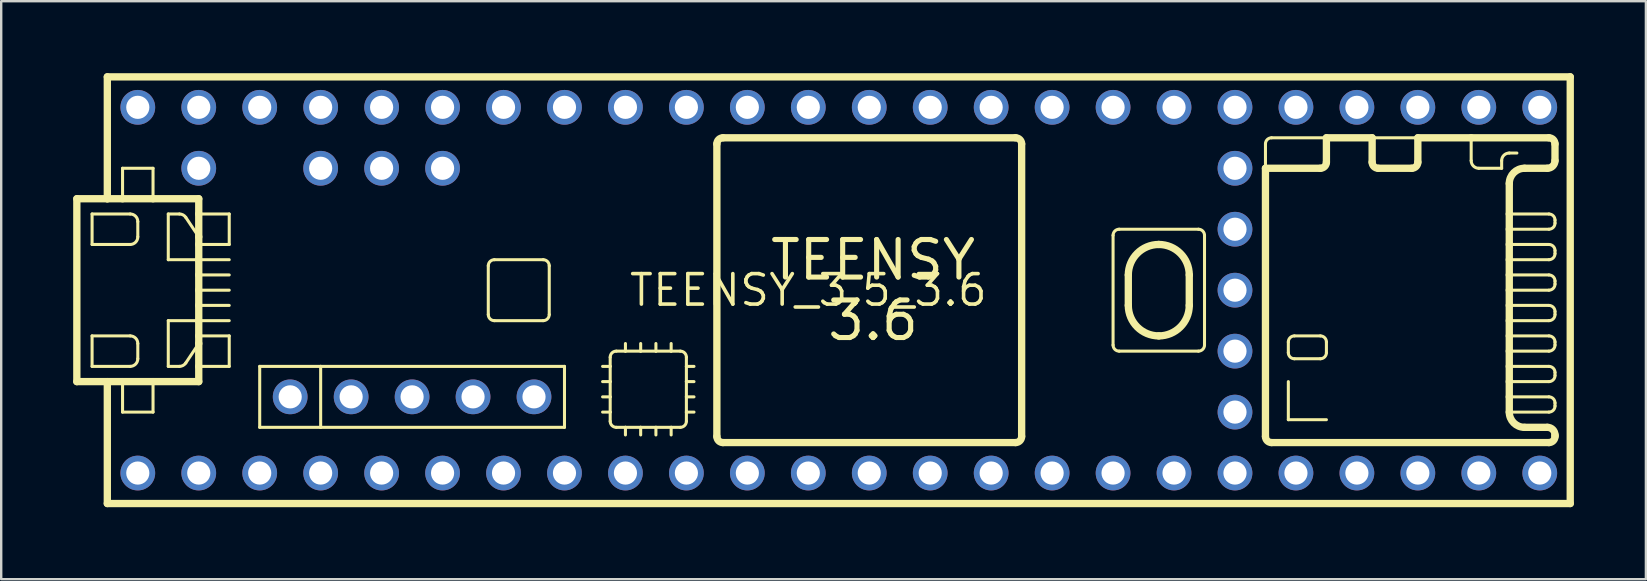
<source format=kicad_pcb>
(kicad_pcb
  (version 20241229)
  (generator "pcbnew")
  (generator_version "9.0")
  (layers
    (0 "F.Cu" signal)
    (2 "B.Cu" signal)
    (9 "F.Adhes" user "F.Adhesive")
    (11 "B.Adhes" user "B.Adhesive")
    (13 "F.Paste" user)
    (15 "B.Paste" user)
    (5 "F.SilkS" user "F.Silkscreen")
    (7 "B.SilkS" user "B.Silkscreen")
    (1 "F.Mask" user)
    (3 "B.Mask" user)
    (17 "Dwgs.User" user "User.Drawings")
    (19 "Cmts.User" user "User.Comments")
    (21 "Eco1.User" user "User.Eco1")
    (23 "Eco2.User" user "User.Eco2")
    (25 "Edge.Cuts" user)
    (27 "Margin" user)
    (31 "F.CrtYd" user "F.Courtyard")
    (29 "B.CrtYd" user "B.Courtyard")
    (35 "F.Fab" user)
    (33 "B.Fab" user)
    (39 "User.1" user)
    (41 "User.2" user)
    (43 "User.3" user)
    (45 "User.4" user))
  (footprint "TEENSY_3.5_3.6"
    (layer "F.Cu")
    (at 30.632 9.042)
    (property "Reference" "TEENSY_3.5_3.6" (at 0 0 0) (layer "F.SilkS") (effects (font (size 1.27 1.27) (thickness 0.15))))
    (fp_line (start -30.48 -3.81) (end -30.48 3.81) (stroke (width 0.305) (type solid)) (layer "F.SilkS"))
    (fp_line (start -30.48 3.81) (end -29.21 3.81) (stroke (width 0.305) (type solid)) (layer "F.SilkS"))
    (fp_line (start -29.845 -3.175) (end -29.845 -1.905) (stroke (width 0.127) (type solid)) (layer "F.SilkS"))
    (fp_line (start -29.845 -3.175) (end -28.258 -3.175) (stroke (width 0.127) (type solid)) (layer "F.SilkS"))
    (fp_line (start -29.845 1.905) (end -29.845 3.175) (stroke (width 0.127) (type solid)) (layer "F.SilkS"))
    (fp_line (start -29.845 3.175) (end -28.258 3.175) (stroke (width 0.127) (type solid)) (layer "F.SilkS"))
    (fp_line (start -29.21 -8.89) (end -29.21 -3.81) (stroke (width 0.305) (type solid)) (layer "F.SilkS"))
    (fp_line (start -29.21 -8.89) (end 31.75 -8.89) (stroke (width 0.305) (type solid)) (layer "F.SilkS"))
    (fp_line (start -29.21 -3.81) (end -30.48 -3.81) (stroke (width 0.305) (type solid)) (layer "F.SilkS"))
    (fp_line (start -29.21 3.81) (end -28.575 3.81) (stroke (width 0.305) (type solid)) (layer "F.SilkS"))
    (fp_line (start -29.21 8.89) (end -29.21 3.81) (stroke (width 0.305) (type solid)) (layer "F.SilkS"))
    (fp_line (start -28.575 -5.08) (end -27.305 -5.08) (stroke (width 0.127) (type solid)) (layer "F.SilkS"))
    (fp_line (start -28.575 -3.81) (end -29.21 -3.81) (stroke (width 0.305) (type solid)) (layer "F.SilkS"))
    (fp_line (start -28.575 -3.81) (end -28.575 -5.08) (stroke (width 0.127) (type solid)) (layer "F.SilkS"))
    (fp_line (start -28.575 3.81) (end -28.575 5.08) (stroke (width 0.127) (type solid)) (layer "F.SilkS"))
    (fp_line (start -28.575 3.81) (end -27.305 3.81) (stroke (width 0.305) (type solid)) (layer "F.SilkS"))
    (fp_line (start -28.575 5.08) (end -27.305 5.08) (stroke (width 0.127) (type solid)) (layer "F.SilkS"))
    (fp_line (start -28.258 -1.905) (end -29.845 -1.905) (stroke (width 0.127) (type solid)) (layer "F.SilkS"))
    (fp_line (start -28.258 1.905) (end -29.845 1.905) (stroke (width 0.127) (type solid)) (layer "F.SilkS"))
    (fp_line (start -27.94 -2.857) (end -27.94 -2.223) (stroke (width 0.127) (type solid)) (layer "F.SilkS"))
    (fp_line (start -27.94 2.857) (end -27.94 2.223) (stroke (width 0.127) (type solid)) (layer "F.SilkS"))
    (fp_line (start -27.305 -5.08) (end -27.305 -3.81) (stroke (width 0.127) (type solid)) (layer "F.SilkS"))
    (fp_line (start -27.305 -3.81) (end -28.575 -3.81) (stroke (width 0.305) (type solid)) (layer "F.SilkS"))
    (fp_line (start -27.305 3.81) (end -25.4 3.81) (stroke (width 0.305) (type solid)) (layer "F.SilkS"))
    (fp_line (start -27.305 5.08) (end -27.305 3.81) (stroke (width 0.127) (type solid)) (layer "F.SilkS"))
    (fp_line (start -26.67 -3.175) (end -26.205 -3.175) (stroke (width 0.127) (type solid)) (layer "F.SilkS"))
    (fp_line (start -26.67 -1.27) (end -26.67 -3.175) (stroke (width 0.127) (type solid)) (layer "F.SilkS"))
    (fp_line (start -26.67 1.27) (end -26.67 3.175) (stroke (width 0.127) (type solid)) (layer "F.SilkS"))
    (fp_line (start -26.67 3.175) (end -26.205 3.175) (stroke (width 0.127) (type solid)) (layer "F.SilkS"))
    (fp_line (start -25.941 -3.034) (end -25.4 -2.223) (stroke (width 0.127) (type solid)) (layer "F.SilkS"))
    (fp_line (start -25.941 3.034) (end -25.4 2.223) (stroke (width 0.127) (type solid)) (layer "F.SilkS"))
    (fp_line (start -25.4 -3.81) (end -27.305 -3.81) (stroke (width 0.305) (type solid)) (layer "F.SilkS"))
    (fp_line (start -25.4 -3.175) (end -25.4 -3.81) (stroke (width 0.305) (type solid)) (layer "F.SilkS"))
    (fp_line (start -25.4 -2.223) (end -25.4 -3.175) (stroke (width 0.305) (type solid)) (layer "F.SilkS"))
    (fp_line (start -25.4 -1.905) (end -25.4 -2.223) (stroke (width 0.305) (type solid)) (layer "F.SilkS"))
    (fp_line (start -25.4 -1.905) (end -24.13 -1.905) (stroke (width 0.127) (type solid)) (layer "F.SilkS"))
    (fp_line (start -25.4 -1.27) (end -26.67 -1.27) (stroke (width 0.127) (type solid)) (layer "F.SilkS"))
    (fp_line (start -25.4 -1.27) (end -25.4 -1.905) (stroke (width 0.305) (type solid)) (layer "F.SilkS"))
    (fp_line (start -25.4 -1.27) (end -24.13 -1.27) (stroke (width 0.127) (type solid)) (layer "F.SilkS"))
    (fp_line (start -25.4 -0.635) (end -25.4 -1.27) (stroke (width 0.305) (type solid)) (layer "F.SilkS"))
    (fp_line (start -25.4 -0.635) (end -24.13 -0.635) (stroke (width 0.127) (type solid)) (layer "F.SilkS"))
    (fp_line (start -25.4 0) (end -25.4 -0.635) (stroke (width 0.305) (type solid)) (layer "F.SilkS"))
    (fp_line (start -25.4 0) (end -24.13 0) (stroke (width 0.127) (type solid)) (layer "F.SilkS"))
    (fp_line (start -25.4 0.635) (end -25.4 0) (stroke (width 0.305) (type solid)) (layer "F.SilkS"))
    (fp_line (start -25.4 0.635) (end -24.13 0.635) (stroke (width 0.127) (type solid)) (layer "F.SilkS"))
    (fp_line (start -25.4 1.27) (end -26.67 1.27) (stroke (width 0.127) (type solid)) (layer "F.SilkS"))
    (fp_line (start -25.4 1.27) (end -25.4 0.635) (stroke (width 0.305) (type solid)) (layer "F.SilkS"))
    (fp_line (start -25.4 1.27) (end -24.13 1.27) (stroke (width 0.127) (type solid)) (layer "F.SilkS"))
    (fp_line (start -25.4 1.905) (end -25.4 1.27) (stroke (width 0.305) (type solid)) (layer "F.SilkS"))
    (fp_line (start -25.4 1.905) (end -24.13 1.905) (stroke (width 0.127) (type solid)) (layer "F.SilkS"))
    (fp_line (start -25.4 2.223) (end -25.4 1.905) (stroke (width 0.305) (type solid)) (layer "F.SilkS"))
    (fp_line (start -25.4 3.175) (end -25.4 2.223) (stroke (width 0.305) (type solid)) (layer "F.SilkS"))
    (fp_line (start -25.4 3.81) (end -25.4 3.175) (stroke (width 0.305) (type solid)) (layer "F.SilkS"))
    (fp_line (start -24.13 -3.175) (end -25.4 -3.175) (stroke (width 0.127) (type solid)) (layer "F.SilkS"))
    (fp_line (start -24.13 -1.905) (end -24.13 -3.175) (stroke (width 0.127) (type solid)) (layer "F.SilkS"))
    (fp_line (start -24.13 1.905) (end -24.13 3.175) (stroke (width 0.127) (type solid)) (layer "F.SilkS"))
    (fp_line (start -24.13 3.175) (end -25.4 3.175) (stroke (width 0.127) (type solid)) (layer "F.SilkS"))
    (fp_line (start -22.86 3.175) (end -20.32 3.175) (stroke (width 0.127) (type solid)) (layer "F.SilkS"))
    (fp_line (start -22.86 5.715) (end -22.86 3.175) (stroke (width 0.127) (type solid)) (layer "F.SilkS"))
    (fp_line (start -20.32 3.175) (end -20.32 5.715) (stroke (width 0.127) (type solid)) (layer "F.SilkS"))
    (fp_line (start -20.32 3.175) (end -10.16 3.175) (stroke (width 0.127) (type solid)) (layer "F.SilkS"))
    (fp_line (start -20.32 5.715) (end -22.86 5.715) (stroke (width 0.127) (type solid)) (layer "F.SilkS"))
    (fp_line (start -13.335 -1.016) (end -13.335 1.016) (stroke (width 0.127) (type solid)) (layer "F.SilkS"))
    (fp_line (start -13.081 1.27) (end -11.049 1.27) (stroke (width 0.127) (type solid)) (layer "F.SilkS"))
    (fp_line (start -11.049 -1.27) (end -13.081 -1.27) (stroke (width 0.127) (type solid)) (layer "F.SilkS"))
    (fp_line (start -10.795 1.016) (end -10.795 -1.016) (stroke (width 0.127) (type solid)) (layer "F.SilkS"))
    (fp_line (start -10.16 3.175) (end -10.16 5.715) (stroke (width 0.127) (type solid)) (layer "F.SilkS"))
    (fp_line (start -10.16 5.715) (end -20.32 5.715) (stroke (width 0.127) (type solid)) (layer "F.SilkS"))
    (fp_line (start -8.255 2.794) (end -8.255 3.175) (stroke (width 0.127) (type solid)) (layer "F.SilkS"))
    (fp_line (start -8.255 3.175) (end -8.572 3.175) (stroke (width 0.127) (type solid)) (layer "F.SilkS"))
    (fp_line (start -8.255 3.175) (end -8.255 3.81) (stroke (width 0.127) (type solid)) (layer "F.SilkS"))
    (fp_line (start -8.255 3.81) (end -8.572 3.81) (stroke (width 0.127) (type solid)) (layer "F.SilkS"))
    (fp_line (start -8.255 3.81) (end -8.255 4.445) (stroke (width 0.127) (type solid)) (layer "F.SilkS"))
    (fp_line (start -8.255 4.445) (end -8.572 4.445) (stroke (width 0.127) (type solid)) (layer "F.SilkS"))
    (fp_line (start -8.255 4.445) (end -8.255 5.08) (stroke (width 0.127) (type solid)) (layer "F.SilkS"))
    (fp_line (start -8.255 5.08) (end -8.572 5.08) (stroke (width 0.127) (type solid)) (layer "F.SilkS"))
    (fp_line (start -8.255 5.08) (end -8.255 5.461) (stroke (width 0.127) (type solid)) (layer "F.SilkS"))
    (fp_line (start -8.001 5.715) (end -7.62 5.715) (stroke (width 0.127) (type solid)) (layer "F.SilkS"))
    (fp_line (start -7.62 2.54) (end -8.001 2.54) (stroke (width 0.127) (type solid)) (layer "F.SilkS"))
    (fp_line (start -7.62 2.54) (end -7.62 2.223) (stroke (width 0.127) (type solid)) (layer "F.SilkS"))
    (fp_line (start -7.62 5.715) (end -7.62 6.032) (stroke (width 0.127) (type solid)) (layer "F.SilkS"))
    (fp_line (start -7.62 5.715) (end -6.985 5.715) (stroke (width 0.127) (type solid)) (layer "F.SilkS"))
    (fp_line (start -6.985 2.54) (end -7.62 2.54) (stroke (width 0.127) (type solid)) (layer "F.SilkS"))
    (fp_line (start -6.985 2.54) (end -6.985 2.223) (stroke (width 0.127) (type solid)) (layer "F.SilkS"))
    (fp_line (start -6.985 5.715) (end -6.985 6.032) (stroke (width 0.127) (type solid)) (layer "F.SilkS"))
    (fp_line (start -6.985 5.715) (end -6.35 5.715) (stroke (width 0.127) (type solid)) (layer "F.SilkS"))
    (fp_line (start -6.35 2.54) (end -6.985 2.54) (stroke (width 0.127) (type solid)) (layer "F.SilkS"))
    (fp_line (start -6.35 2.54) (end -6.35 2.223) (stroke (width 0.127) (type solid)) (layer "F.SilkS"))
    (fp_line (start -6.35 5.715) (end -6.35 6.032) (stroke (width 0.127) (type solid)) (layer "F.SilkS"))
    (fp_line (start -6.35 5.715) (end -5.715 5.715) (stroke (width 0.127) (type solid)) (layer "F.SilkS"))
    (fp_line (start -5.715 2.54) (end -6.35 2.54) (stroke (width 0.127) (type solid)) (layer "F.SilkS"))
    (fp_line (start -5.715 2.54) (end -5.715 2.223) (stroke (width 0.127) (type solid)) (layer "F.SilkS"))
    (fp_line (start -5.715 5.715) (end -5.715 6.032) (stroke (width 0.127) (type solid)) (layer "F.SilkS"))
    (fp_line (start -5.715 5.715) (end -5.334 5.715) (stroke (width 0.127) (type solid)) (layer "F.SilkS"))
    (fp_line (start -5.334 2.54) (end -5.715 2.54) (stroke (width 0.127) (type solid)) (layer "F.SilkS"))
    (fp_line (start -5.08 3.175) (end -5.08 2.794) (stroke (width 0.127) (type solid)) (layer "F.SilkS"))
    (fp_line (start -5.08 3.175) (end -4.763 3.175) (stroke (width 0.127) (type solid)) (layer "F.SilkS"))
    (fp_line (start -5.08 3.81) (end -5.08 3.175) (stroke (width 0.127) (type solid)) (layer "F.SilkS"))
    (fp_line (start -5.08 3.81) (end -4.763 3.81) (stroke (width 0.127) (type solid)) (layer "F.SilkS"))
    (fp_line (start -5.08 4.445) (end -5.08 3.81) (stroke (width 0.127) (type solid)) (layer "F.SilkS"))
    (fp_line (start -5.08 4.445) (end -4.763 4.445) (stroke (width 0.127) (type solid)) (layer "F.SilkS"))
    (fp_line (start -5.08 5.08) (end -5.08 4.445) (stroke (width 0.127) (type solid)) (layer "F.SilkS"))
    (fp_line (start -5.08 5.08) (end -4.763 5.08) (stroke (width 0.127) (type solid)) (layer "F.SilkS"))
    (fp_line (start -5.08 5.461) (end -5.08 5.08) (stroke (width 0.127) (type solid)) (layer "F.SilkS"))
    (fp_line (start -3.81 6.096) (end -3.81 -6.096) (stroke (width 0.305) (type solid)) (layer "F.SilkS"))
    (fp_line (start -3.556 -6.35) (end 8.636 -6.35) (stroke (width 0.305) (type solid)) (layer "F.SilkS"))
    (fp_line (start 8.636 6.35) (end -3.556 6.35) (stroke (width 0.305) (type solid)) (layer "F.SilkS"))
    (fp_line (start 8.89 -6.096) (end 8.89 6.096) (stroke (width 0.305) (type solid)) (layer "F.SilkS"))
    (fp_line (start 12.7 -2.286) (end 12.7 2.286) (stroke (width 0.127) (type solid)) (layer "F.SilkS"))
    (fp_line (start 12.954 2.54) (end 16.256 2.54) (stroke (width 0.127) (type solid)) (layer "F.SilkS"))
    (fp_line (start 13.335 0.635) (end 13.335 -0.635) (stroke (width 0.305) (type solid)) (layer "F.SilkS"))
    (fp_line (start 15.875 -0.635) (end 15.875 0.635) (stroke (width 0.305) (type solid)) (layer "F.SilkS"))
    (fp_line (start 16.256 -2.54) (end 12.954 -2.54) (stroke (width 0.127) (type solid)) (layer "F.SilkS"))
    (fp_line (start 16.51 2.286) (end 16.51 -2.286) (stroke (width 0.127) (type solid)) (layer "F.SilkS"))
    (fp_line (start 19.05 -5.08) (end 19.05 -6.096) (stroke (width 0.127) (type solid)) (layer "F.SilkS"))
    (fp_line (start 19.05 -5.08) (end 21.336 -5.08) (stroke (width 0.305) (type solid)) (layer "F.SilkS"))
    (fp_line (start 19.05 6.096) (end 19.05 -5.08) (stroke (width 0.305) (type solid)) (layer "F.SilkS"))
    (fp_line (start 19.304 -6.35) (end 21.59 -6.35) (stroke (width 0.127) (type solid)) (layer "F.SilkS"))
    (fp_line (start 20.003 2.159) (end 20.003 2.603) (stroke (width 0.127) (type solid)) (layer "F.SilkS"))
    (fp_line (start 20.003 3.81) (end 20.003 5.397) (stroke (width 0.127) (type solid)) (layer "F.SilkS"))
    (fp_line (start 20.003 5.397) (end 21.59 5.397) (stroke (width 0.127) (type solid)) (layer "F.SilkS"))
    (fp_line (start 20.256 2.857) (end 21.336 2.857) (stroke (width 0.127) (type solid)) (layer "F.SilkS"))
    (fp_line (start 21.336 1.905) (end 20.256 1.905) (stroke (width 0.127) (type solid)) (layer "F.SilkS"))
    (fp_line (start 21.59 -6.35) (end 23.495 -6.35) (stroke (width 0.305) (type solid)) (layer "F.SilkS"))
    (fp_line (start 21.59 -5.334) (end 21.59 -6.35) (stroke (width 0.305) (type solid)) (layer "F.SilkS"))
    (fp_line (start 21.59 2.603) (end 21.59 2.159) (stroke (width 0.127) (type solid)) (layer "F.SilkS"))
    (fp_line (start 23.495 -6.35) (end 23.495 -5.334) (stroke (width 0.305) (type solid)) (layer "F.SilkS"))
    (fp_line (start 23.495 -6.35) (end 25.4 -6.35) (stroke (width 0.127) (type solid)) (layer "F.SilkS"))
    (fp_line (start 23.749 -5.08) (end 25.146 -5.08) (stroke (width 0.305) (type solid)) (layer "F.SilkS"))
    (fp_line (start 25.4 -6.35) (end 27.622 -6.35) (stroke (width 0.305) (type solid)) (layer "F.SilkS"))
    (fp_line (start 25.4 -5.334) (end 25.4 -6.35) (stroke (width 0.305) (type solid)) (layer "F.SilkS"))
    (fp_line (start 27.622 -6.35) (end 27.622 -5.397) (stroke (width 0.127) (type solid)) (layer "F.SilkS"))
    (fp_line (start 27.622 -6.35) (end 30.861 -6.35) (stroke (width 0.305) (type solid)) (layer "F.SilkS"))
    (fp_line (start 27.94 -5.08) (end 28.892 -5.08) (stroke (width 0.127) (type solid)) (layer "F.SilkS"))
    (fp_line (start 28.892 -5.08) (end 28.892 -5.397) (stroke (width 0.127) (type solid)) (layer "F.SilkS"))
    (fp_line (start 29.21 -5.715) (end 29.527 -5.715) (stroke (width 0.127) (type solid)) (layer "F.SilkS"))
    (fp_line (start 29.21 -4.445) (end 29.21 -3.175) (stroke (width 0.305) (type solid)) (layer "F.SilkS"))
    (fp_line (start 29.21 -3.175) (end 29.21 -2.54) (stroke (width 0.305) (type solid)) (layer "F.SilkS"))
    (fp_line (start 29.21 -3.175) (end 30.861 -3.175) (stroke (width 0.127) (type solid)) (layer "F.SilkS"))
    (fp_line (start 29.21 -2.54) (end 29.21 -1.905) (stroke (width 0.305) (type solid)) (layer "F.SilkS"))
    (fp_line (start 29.21 -1.905) (end 29.21 -1.27) (stroke (width 0.305) (type solid)) (layer "F.SilkS"))
    (fp_line (start 29.21 -1.905) (end 30.861 -1.905) (stroke (width 0.127) (type solid)) (layer "F.SilkS"))
    (fp_line (start 29.21 -1.27) (end 29.21 -0.635) (stroke (width 0.305) (type solid)) (layer "F.SilkS"))
    (fp_line (start 29.21 -0.635) (end 29.21 0) (stroke (width 0.305) (type solid)) (layer "F.SilkS"))
    (fp_line (start 29.21 -0.635) (end 30.861 -0.635) (stroke (width 0.127) (type solid)) (layer "F.SilkS"))
    (fp_line (start 29.21 0) (end 29.21 0.635) (stroke (width 0.305) (type solid)) (layer "F.SilkS"))
    (fp_line (start 29.21 0.635) (end 29.21 1.27) (stroke (width 0.305) (type solid)) (layer "F.SilkS"))
    (fp_line (start 29.21 0.635) (end 30.861 0.635) (stroke (width 0.127) (type solid)) (layer "F.SilkS"))
    (fp_line (start 29.21 1.27) (end 29.21 1.905) (stroke (width 0.305) (type solid)) (layer "F.SilkS"))
    (fp_line (start 29.21 1.905) (end 29.21 2.54) (stroke (width 0.305) (type solid)) (layer "F.SilkS"))
    (fp_line (start 29.21 1.905) (end 30.861 1.905) (stroke (width 0.127) (type solid)) (layer "F.SilkS"))
    (fp_line (start 29.21 2.54) (end 29.21 3.175) (stroke (width 0.305) (type solid)) (layer "F.SilkS"))
    (fp_line (start 29.21 3.175) (end 29.21 3.81) (stroke (width 0.305) (type solid)) (layer "F.SilkS"))
    (fp_line (start 29.21 3.175) (end 30.861 3.175) (stroke (width 0.127) (type solid)) (layer "F.SilkS"))
    (fp_line (start 29.21 3.81) (end 29.21 4.445) (stroke (width 0.305) (type solid)) (layer "F.SilkS"))
    (fp_line (start 29.21 4.445) (end 29.21 5.08) (stroke (width 0.305) (type solid)) (layer "F.SilkS"))
    (fp_line (start 29.21 4.445) (end 30.861 4.445) (stroke (width 0.127) (type solid)) (layer "F.SilkS"))
    (fp_line (start 29.845 5.715) (end 30.797 5.715) (stroke (width 0.305) (type solid)) (layer "F.SilkS"))
    (fp_line (start 30.797 -5.08) (end 29.845 -5.08) (stroke (width 0.305) (type solid)) (layer "F.SilkS"))
    (fp_line (start 30.861 -2.54) (end 29.21 -2.54) (stroke (width 0.127) (type solid)) (layer "F.SilkS"))
    (fp_line (start 30.861 -1.27) (end 29.21 -1.27) (stroke (width 0.127) (type solid)) (layer "F.SilkS"))
    (fp_line (start 30.861 0) (end 29.21 0) (stroke (width 0.127) (type solid)) (layer "F.SilkS"))
    (fp_line (start 30.861 1.27) (end 29.21 1.27) (stroke (width 0.127) (type solid)) (layer "F.SilkS"))
    (fp_line (start 30.861 2.54) (end 29.21 2.54) (stroke (width 0.127) (type solid)) (layer "F.SilkS"))
    (fp_line (start 30.861 3.81) (end 29.21 3.81) (stroke (width 0.127) (type solid)) (layer "F.SilkS"))
    (fp_line (start 30.861 5.08) (end 29.21 5.08) (stroke (width 0.127) (type solid)) (layer "F.SilkS"))
    (fp_line (start 30.861 6.35) (end 19.304 6.35) (stroke (width 0.305) (type solid)) (layer "F.SilkS"))
    (fp_line (start 31.115 -6.096) (end 31.115 -5.397) (stroke (width 0.305) (type solid)) (layer "F.SilkS"))
    (fp_line (start 31.115 -2.921) (end 31.115 -2.794) (stroke (width 0.127) (type solid)) (layer "F.SilkS"))
    (fp_line (start 31.115 -1.651) (end 31.115 -1.524) (stroke (width 0.127) (type solid)) (layer "F.SilkS"))
    (fp_line (start 31.115 -0.381) (end 31.115 -0.254) (stroke (width 0.127) (type solid)) (layer "F.SilkS"))
    (fp_line (start 31.115 0.889) (end 31.115 1.016) (stroke (width 0.127) (type solid)) (layer "F.SilkS"))
    (fp_line (start 31.115 2.159) (end 31.115 2.286) (stroke (width 0.127) (type solid)) (layer "F.SilkS"))
    (fp_line (start 31.115 3.429) (end 31.115 3.556) (stroke (width 0.127) (type solid)) (layer "F.SilkS"))
    (fp_line (start 31.115 4.699) (end 31.115 4.826) (stroke (width 0.127) (type solid)) (layer "F.SilkS"))
    (fp_line (start 31.115 6.032) (end 31.115 6.096) (stroke (width 0.305) (type solid)) (layer "F.SilkS"))
    (fp_line (start 31.75 -8.89) (end 31.75 8.89) (stroke (width 0.305) (type solid)) (layer "F.SilkS"))
    (fp_line (start 31.75 8.89) (end -29.21 8.89) (stroke (width 0.305) (type solid)) (layer "F.SilkS"))
    (fp_arc (start -28.2575 -3.175) (mid -28.032994 -3.082006) (end -27.94 -2.8575) (stroke (width 0.127) (type solid)) (layer "F.SilkS"))
    (fp_arc (start -28.2575 1.905) (mid -28.032994 1.997994) (end -27.94 2.2225) (stroke (width 0.127) (type solid)) (layer "F.SilkS"))
    (fp_arc (start -27.94 -2.2225) (mid -28.032994 -1.997994) (end -28.2575 -1.905) (stroke (width 0.127) (type solid)) (layer "F.SilkS"))
    (fp_arc (start -27.94 2.8575) (mid -28.032994 3.082006) (end -28.2575 3.175) (stroke (width 0.127) (type solid)) (layer "F.SilkS"))
    (fp_arc (start -26.204921 -3.175) (mid -26.055104 -3.137431) (end -25.940741 -3.033615) (stroke (width 0.127) (type solid)) (layer "F.SilkS"))
    (fp_arc (start -25.940741 3.033615) (mid -26.055104 3.137432) (end -26.204921 3.175) (stroke (width 0.127) (type solid)) (layer "F.SilkS"))
    (fp_arc (start -13.335 -1.016) (mid -13.260605 -1.195605) (end -13.081 -1.27) (stroke (width 0.127) (type solid)) (layer "F.SilkS"))
    (fp_arc (start -13.081 1.27) (mid -13.260605 1.195605) (end -13.335 1.016) (stroke (width 0.127) (type solid)) (layer "F.SilkS"))
    (fp_arc (start -11.049 -1.27) (mid -10.869395 -1.195605) (end -10.795 -1.016) (stroke (width 0.127) (type solid)) (layer "F.SilkS"))
    (fp_arc (start -10.795 1.016) (mid -10.869395 1.195605) (end -11.049 1.27) (stroke (width 0.127) (type solid)) (layer "F.SilkS"))
    (fp_arc (start -8.255 2.794) (mid -8.180605 2.614395) (end -8.001 2.54) (stroke (width 0.127) (type solid)) (layer "F.SilkS"))
    (fp_arc (start -8.001 5.715) (mid -8.180605 5.640605) (end -8.255 5.461) (stroke (width 0.127) (type solid)) (layer "F.SilkS"))
    (fp_arc (start -5.334 2.54) (mid -5.154395 2.614395) (end -5.08 2.794) (stroke (width 0.127) (type solid)) (layer "F.SilkS"))
    (fp_arc (start -5.08 5.461) (mid -5.154395 5.640605) (end -5.334 5.715) (stroke (width 0.127) (type solid)) (layer "F.SilkS"))
    (fp_arc (start -3.81 -6.096) (mid -3.735605 -6.275605) (end -3.556 -6.35) (stroke (width 0.3048) (type solid)) (layer "F.SilkS"))
    (fp_arc (start -3.556 6.35) (mid -3.735605 6.275605) (end -3.81 6.096) (stroke (width 0.3048) (type solid)) (layer "F.SilkS"))
    (fp_arc (start 8.636 -6.35) (mid 8.815605 -6.275605) (end 8.89 -6.096) (stroke (width 0.3048) (type solid)) (layer "F.SilkS"))
    (fp_arc (start 8.89 6.096) (mid 8.815605 6.275605) (end 8.636 6.35) (stroke (width 0.3048) (type solid)) (layer "F.SilkS"))
    (fp_arc (start 12.7 -2.286) (mid 12.774395 -2.465605) (end 12.954 -2.54) (stroke (width 0.127) (type solid)) (layer "F.SilkS"))
    (fp_arc (start 12.954 2.54) (mid 12.774395 2.465605) (end 12.7 2.286) (stroke (width 0.127) (type solid)) (layer "F.SilkS"))
    (fp_arc (start 13.335 -0.635) (mid 13.706975 -1.533025) (end 14.605001 -1.904999) (stroke (width 0.3048) (type solid)) (layer "F.SilkS"))
    (fp_arc (start 14.605 -1.905) (mid 15.503026 -1.533025) (end 15.875001 -0.634999) (stroke (width 0.3048) (type solid)) (layer "F.SilkS"))
    (fp_arc (start 14.605 1.905) (mid 13.706974 1.533025) (end 13.334999 0.634999) (stroke (width 0.3048) (type solid)) (layer "F.SilkS"))
    (fp_arc (start 15.875 0.635) (mid 15.503025 1.533025) (end 14.604999 1.904999) (stroke (width 0.3048) (type solid)) (layer "F.SilkS"))
    (fp_arc (start 16.256 -2.54) (mid 16.435605 -2.465605) (end 16.51 -2.286) (stroke (width 0.127) (type solid)) (layer "F.SilkS"))
    (fp_arc (start 16.51 2.286) (mid 16.435605 2.465605) (end 16.256 2.54) (stroke (width 0.127) (type solid)) (layer "F.SilkS"))
    (fp_arc (start 19.05 -6.096) (mid 19.124395 -6.275605) (end 19.304 -6.35) (stroke (width 0.127) (type solid)) (layer "F.SilkS"))
    (fp_arc (start 19.304 6.35) (mid 19.124395 6.275605) (end 19.05 6.096) (stroke (width 0.3048) (type solid)) (layer "F.SilkS"))
    (fp_arc (start 20.0025 2.159) (mid 20.076895 1.979395) (end 20.2565 1.905) (stroke (width 0.127) (type solid)) (layer "F.SilkS"))
    (fp_arc (start 20.2565 2.8575) (mid 20.076895 2.783105) (end 20.0025 2.6035) (stroke (width 0.127) (type solid)) (layer "F.SilkS"))
    (fp_arc (start 21.336 1.905) (mid 21.515605 1.979395) (end 21.59 2.159) (stroke (width 0.127) (type solid)) (layer "F.SilkS"))
    (fp_arc (start 21.59 -5.334) (mid 21.515605 -5.154395) (end 21.336 -5.08) (stroke (width 0.3048) (type solid)) (layer "F.SilkS"))
    (fp_arc (start 21.59 2.6035) (mid 21.515605 2.783105) (end 21.336 2.8575) (stroke (width 0.127) (type solid)) (layer "F.SilkS"))
    (fp_arc (start 23.749 -5.08) (mid 23.569395 -5.154395) (end 23.495 -5.334) (stroke (width 0.3048) (type solid)) (layer "F.SilkS"))
    (fp_arc (start 25.4 -5.334) (mid 25.325605 -5.154395) (end 25.146 -5.08) (stroke (width 0.3048) (type solid)) (layer "F.SilkS"))
    (fp_arc (start 27.94 -5.08) (mid 27.715494 -5.172994) (end 27.6225 -5.3975) (stroke (width 0.127) (type solid)) (layer "F.SilkS"))
    (fp_arc (start 28.8925 -5.3975) (mid 28.985494 -5.622006) (end 29.21 -5.715) (stroke (width 0.127) (type solid)) (layer "F.SilkS"))
    (fp_arc (start 29.21 -4.445) (mid 29.395987 -4.894013) (end 29.845 -5.08) (stroke (width 0.3048) (type solid)) (layer "F.SilkS"))
    (fp_arc (start 29.845 5.715) (mid 29.395987 5.529013) (end 29.21 5.08) (stroke (width 0.3048) (type solid)) (layer "F.SilkS"))
    (fp_arc (start 30.7975 5.715) (mid 31.022006 5.807994) (end 31.115 6.0325) (stroke (width 0.3048) (type solid)) (layer "F.SilkS"))
    (fp_arc (start 30.861 -6.35) (mid 31.040605 -6.275605) (end 31.115 -6.096) (stroke (width 0.3048) (type solid)) (layer "F.SilkS"))
    (fp_arc (start 30.861 -3.175) (mid 31.040605 -3.100605) (end 31.115 -2.921) (stroke (width 0.127) (type solid)) (layer "F.SilkS"))
    (fp_arc (start 30.861 -1.905) (mid 31.040605 -1.830605) (end 31.115 -1.651) (stroke (width 0.127) (type solid)) (layer "F.SilkS"))
    (fp_arc (start 30.861 -0.635) (mid 31.040605 -0.560605) (end 31.115 -0.381) (stroke (width 0.127) (type solid)) (layer "F.SilkS"))
    (fp_arc (start 30.861 0.635) (mid 31.040605 0.709395) (end 31.115 0.889) (stroke (width 0.127) (type solid)) (layer "F.SilkS"))
    (fp_arc (start 30.861 1.905) (mid 31.040605 1.979395) (end 31.115 2.159) (stroke (width 0.127) (type solid)) (layer "F.SilkS"))
    (fp_arc (start 30.861 3.175) (mid 31.040605 3.249395) (end 31.115 3.429) (stroke (width 0.127) (type solid)) (layer "F.SilkS"))
    (fp_arc (start 30.861 4.445) (mid 31.040605 4.519395) (end 31.115 4.699) (stroke (width 0.127) (type solid)) (layer "F.SilkS"))
    (fp_arc (start 31.115 -5.3975) (mid 31.022006 -5.172994) (end 30.7975 -5.08) (stroke (width 0.3048) (type solid)) (layer "F.SilkS"))
    (fp_arc (start 31.115 -2.794) (mid 31.040605 -2.614395) (end 30.861 -2.54) (stroke (width 0.127) (type solid)) (layer "F.SilkS"))
    (fp_arc (start 31.115 -1.524) (mid 31.040605 -1.344395) (end 30.861 -1.27) (stroke (width 0.127) (type solid)) (layer "F.SilkS"))
    (fp_arc (start 31.115 -0.254) (mid 31.040605 -0.074395) (end 30.861 0) (stroke (width 0.127) (type solid)) (layer "F.SilkS"))
    (fp_arc (start 31.115 1.016) (mid 31.040605 1.195605) (end 30.861 1.27) (stroke (width 0.127) (type solid)) (layer "F.SilkS"))
    (fp_arc (start 31.115 2.286) (mid 31.040605 2.465605) (end 30.861 2.54) (stroke (width 0.127) (type solid)) (layer "F.SilkS"))
    (fp_arc (start 31.115 3.556) (mid 31.040605 3.735605) (end 30.861 3.81) (stroke (width 0.127) (type solid)) (layer "F.SilkS"))
    (fp_arc (start 31.115 4.826) (mid 31.040605 5.005605) (end 30.861 5.08) (stroke (width 0.127) (type solid)) (layer "F.SilkS"))
    (fp_arc (start 31.115 6.096) (mid 31.040605 6.275605) (end 30.861 6.35) (stroke (width 0.3048) (type solid)) (layer "F.SilkS"))
    (fp_text user "TEENSY\n3.6" (at 2.699 0 0) (layer "F.SilkS") (effects (font (size 1.565 1.565) (thickness 0.213))))
    (pad "0/RX" thru_hole circle (at -25.4 7.62) (size 1.448 1.448) (drill 0.965) (layers "*.Cu" "*.Mask"))
    (pad "1/TX" thru_hole circle (at -22.86 7.62) (size 1.448 1.448) (drill 0.965) (layers "*.Cu" "*.Mask"))
    (pad "2" thru_hole circle (at -20.32 7.62) (size 1.448 1.448) (drill 0.965) (layers "*.Cu" "*.Mask"))
    (pad "3/CANTX" thru_hole circle (at -17.78 7.62) (size 1.448 1.448) (drill 0.965) (layers "*.Cu" "*.Mask"))
    (pad "3V3" thru_hole circle (at 7.62 7.62) (size 1.448 1.448) (drill 0.965) (layers "*.Cu" "*.Mask"))
    (pad "3V3_2" thru_hole circle (at 17.78 2.54) (size 1.448 1.448) (drill 0.965) (layers "*.Cu" "*.Mask"))
    (pad "3V3_LO" thru_hole circle (at -22.86 -7.62) (size 1.448 1.448) (drill 0.965) (layers "*.Cu" "*.Mask"))
    (pad "4/CANRX" thru_hole circle (at -15.24 7.62) (size 1.448 1.448) (drill 0.965) (layers "*.Cu" "*.Mask"))
    (pad "5" thru_hole circle (at -12.7 7.62) (size 1.448 1.448) (drill 0.965) (layers "*.Cu" "*.Mask"))
    (pad "6" thru_hole circle (at -10.16 7.62) (size 1.448 1.448) (drill 0.965) (layers "*.Cu" "*.Mask"))
    (pad "7" thru_hole circle (at -7.62 7.62) (size 1.448 1.448) (drill 0.965) (layers "*.Cu" "*.Mask"))
    (pad "8" thru_hole circle (at -5.08 7.62) (size 1.448 1.448) (drill 0.965) (layers "*.Cu" "*.Mask"))
    (pad "9/CS" thru_hole circle (at -2.54 7.62) (size 1.448 1.448) (drill 0.965) (layers "*.Cu" "*.Mask"))
    (pad "10/CS" thru_hole circle (at 0 7.62) (size 1.448 1.448) (drill 0.965) (layers "*.Cu" "*.Mask"))
    (pad "11/MOSI" thru_hole circle (at 2.54 7.62) (size 1.448 1.448) (drill 0.965) (layers "*.Cu" "*.Mask"))
    (pad "12/MISO" thru_hole circle (at 5.08 7.62) (size 1.448 1.448) (drill 0.965) (layers "*.Cu" "*.Mask"))
    (pad "13/SCK" thru_hole circle (at 5.08 -7.62) (size 1.448 1.448) (drill 0.965) (layers "*.Cu" "*.Mask"))
    (pad "14/A0" thru_hole circle (at 2.54 -7.62) (size 1.448 1.448) (drill 0.965) (layers "*.Cu" "*.Mask"))
    (pad "15/A1" thru_hole circle (at 0 -7.62) (size 1.448 1.448) (drill 0.965) (layers "*.Cu" "*.Mask"))
    (pad "16/A2" thru_hole circle (at -2.54 -7.62) (size 1.448 1.448) (drill 0.965) (layers "*.Cu" "*.Mask"))
    (pad "17/A3" thru_hole circle (at -5.08 -7.62) (size 1.448 1.448) (drill 0.965) (layers "*.Cu" "*.Mask"))
    (pad "18/A4/SDA" thru_hole circle (at -7.62 -7.62) (size 1.448 1.448) (drill 0.965) (layers "*.Cu" "*.Mask"))
    (pad "19/A5/SCL" thru_hole circle (at -10.16 -7.62) (size 1.448 1.448) (drill 0.965) (layers "*.Cu" "*.Mask"))
    (pad "20/A6" thru_hole circle (at -12.7 -7.62) (size 1.448 1.448) (drill 0.965) (layers "*.Cu" "*.Mask"))
    (pad "21/A7" thru_hole circle (at -15.24 -7.62) (size 1.448 1.448) (drill 0.965) (layers "*.Cu" "*.Mask"))
    (pad "21/DAC0" thru_hole circle (at 12.7 -7.62) (size 1.448 1.448) (drill 0.965) (layers "*.Cu" "*.Mask"))
    (pad "22/A8" thru_hole circle (at -17.78 -7.62) (size 1.448 1.448) (drill 0.965) (layers "*.Cu" "*.Mask"))
    (pad "23/A9" thru_hole circle (at -20.32 -7.62) (size 1.448 1.448) (drill 0.965) (layers "*.Cu" "*.Mask"))
    (pad "24" thru_hole circle (at 10.16 7.62) (size 1.448 1.448) (drill 0.965) (layers "*.Cu" "*.Mask"))
    (pad "25" thru_hole circle (at 12.7 7.62) (size 1.448 1.448) (drill 0.965) (layers "*.Cu" "*.Mask"))
    (pad "26" thru_hole circle (at 15.24 7.62) (size 1.448 1.448) (drill 0.965) (layers "*.Cu" "*.Mask"))
    (pad "27" thru_hole circle (at 17.78 7.62) (size 1.448 1.448) (drill 0.965) (layers "*.Cu" "*.Mask"))
    (pad "28" thru_hole circle (at 20.32 7.62) (size 1.448 1.448) (drill 0.965) (layers "*.Cu" "*.Mask"))
    (pad "29" thru_hole circle (at 22.86 7.62) (size 1.448 1.448) (drill 0.965) (layers "*.Cu" "*.Mask"))
    (pad "30" thru_hole circle (at 25.4 7.62) (size 1.448 1.448) (drill 0.965) (layers "*.Cu" "*.Mask"))
    (pad "31/A12" thru_hole circle (at 27.94 7.62) (size 1.448 1.448) (drill 0.965) (layers "*.Cu" "*.Mask"))
    (pad "32/A13" thru_hole circle (at 30.48 7.62) (size 1.448 1.448) (drill 0.965) (layers "*.Cu" "*.Mask"))
    (pad "33/A14" thru_hole circle (at 30.48 -7.62) (size 1.448 1.448) (drill 0.965) (layers "*.Cu" "*.Mask"))
    (pad "34/A15" thru_hole circle (at 27.94 -7.62) (size 1.448 1.448) (drill 0.965) (layers "*.Cu" "*.Mask"))
    (pad "35/A16" thru_hole circle (at 25.4 -7.62) (size 1.448 1.448) (drill 0.965) (layers "*.Cu" "*.Mask"))
    (pad "36/A17" thru_hole circle (at 22.86 -7.62) (size 1.448 1.448) (drill 0.965) (layers "*.Cu" "*.Mask"))
    (pad "37/A18" thru_hole circle (at 20.32 -7.62) (size 1.448 1.448) (drill 0.965) (layers "*.Cu" "*.Mask"))
    (pad "38/A19" thru_hole circle (at 17.78 -7.62) (size 1.448 1.448) (drill 0.965) (layers "*.Cu" "*.Mask"))
    (pad "39/A20" thru_hole circle (at 15.24 -7.62) (size 1.448 1.448) (drill 0.965) (layers "*.Cu" "*.Mask"))
    (pad "A10" thru_hole circle (at -17.78 -5.08) (size 1.448 1.448) (drill 0.965) (layers "*.Cu" "*.Mask"))
    (pad "A11" thru_hole circle (at -15.24 -5.08) (size 1.448 1.448) (drill 0.965) (layers "*.Cu" "*.Mask"))
    (pad "A22/DAC1" thru_hole circle (at 10.16 -7.62) (size 1.448 1.448) (drill 0.965) (layers "*.Cu" "*.Mask"))
    (pad "AGND" thru_hole circle (at -25.4 -7.62) (size 1.448 1.448) (drill 0.965) (layers "*.Cu" "*.Mask"))
    (pad "AREF" thru_hole circle (at -20.32 -5.08) (size 1.448 1.448) (drill 0.965) (layers "*.Cu" "*.Mask"))
    (pad "GND" thru_hole circle (at -27.94 7.62) (size 1.448 1.448) (drill 0.965) (layers "*.Cu" "*.Mask"))
    (pad "GND2" thru_hole circle (at 7.62 -7.62) (size 1.448 1.448) (drill 0.965) (layers "*.Cu" "*.Mask"))
    (pad "GND3" thru_hole circle (at 17.78 0) (size 1.448 1.448) (drill 0.965) (layers "*.Cu" "*.Mask"))
    (pad "PROG" thru_hole circle (at 17.78 -2.54) (size 1.448 1.448) (drill 0.965) (layers "*.Cu" "*.Mask"))
    (pad "RESET" thru_hole circle (at 17.78 -5.08) (size 1.448 1.448) (drill 0.965) (layers "*.Cu" "*.Mask"))
    (pad "U5V" thru_hole circle (at -21.59 4.445) (size 1.448 1.448) (drill 0.965) (layers "*.Cu" "*.Mask"))
    (pad "UD+" thru_hole circle (at -16.51 4.445) (size 1.448 1.448) (drill 0.965) (layers "*.Cu" "*.Mask"))
    (pad "UD-" thru_hole circle (at -19.05 4.445) (size 1.448 1.448) (drill 0.965) (layers "*.Cu" "*.Mask"))
    (pad "UGND1" thru_hole circle (at -13.97 4.445) (size 1.448 1.448) (drill 0.965) (layers "*.Cu" "*.Mask"))
    (pad "UGND2" thru_hole circle (at -11.43 4.445) (size 1.448 1.448) (drill 0.965) (layers "*.Cu" "*.Mask"))
    (pad "VBAT" thru_hole circle (at 17.78 5.08) (size 1.448 1.448) (drill 0.965) (layers "*.Cu" "*.Mask"))
    (pad "VIN" thru_hole circle (at -27.94 -7.62) (size 1.448 1.448) (drill 0.965) (layers "*.Cu" "*.Mask"))
    (pad "VUSB" thru_hole circle (at -25.4 -5.08) (size 1.448 1.448) (drill 0.965) (layers "*.Cu" "*.Mask")))
  (gr_rect
    (start -3 -3)
    (end 65.535 21.085)
    (stroke (width 0.1) (type default))
    (fill no)
    (layer "Edge.Cuts")))
</source>
